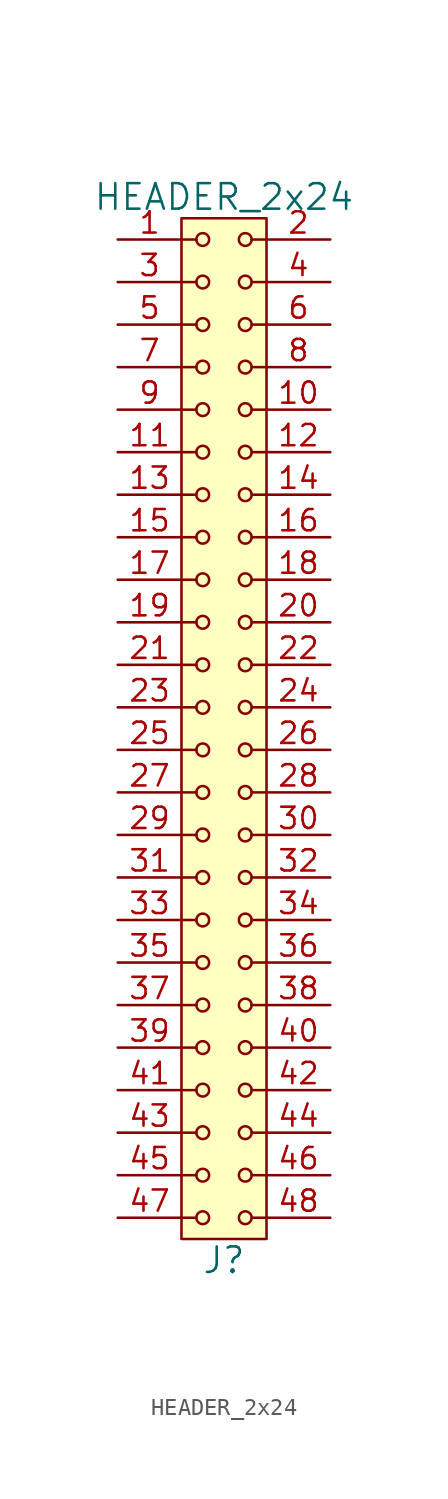
<source format=kicad_sym>
(kicad_symbol_lib
  (version 20211014)
  (generator kicad_symbol_editor)
  (symbol "HEADER_2x24"
    (pin_names
      (offset 1.016))
    (property "Reference" "J"
      (at 0 -31.75 0)
      (effects (font (size 1.524 1.524))))
    (property "Value" "HEADER_2x24"
      (at 0 31.75 0)
      (effects (font (size 1.524 1.524))))
    (property "Footprint" ""
      (at 0 29.21 0)
      (effects (font (size 1.524 1.524))))
    (property "Datasheet" ""
      (at 0 29.21 0)
      (effects (font (size 1.524 1.524))))
    (symbol "HEADER_2x24_0_1"
      (rectangle (start -2.54 30.48) (end 2.54 -30.48) (stroke (width 0) (type default) (color 0 0 0 0)) (fill (type background)))
      (circle (center -1.27 -29.21) (radius 0.381) (stroke (width 0) (type default) (color 0 0 0 0)) (fill (type none)))
      (circle (center -1.27 -26.67) (radius 0.381) (stroke (width 0) (type default) (color 0 0 0 0)) (fill (type none)))
      (circle (center -1.27 -24.13) (radius 0.381) (stroke (width 0) (type default) (color 0 0 0 0)) (fill (type none)))
      (circle (center -1.27 -21.59) (radius 0.381) (stroke (width 0) (type default) (color 0 0 0 0)) (fill (type none)))
      (circle (center -1.27 -19.05) (radius 0.381) (stroke (width 0) (type default) (color 0 0 0 0)) (fill (type none)))
      (circle (center -1.27 -16.51) (radius 0.381) (stroke (width 0) (type default) (color 0 0 0 0)) (fill (type none)))
      (circle (center -1.27 -13.97) (radius 0.381) (stroke (width 0) (type default) (color 0 0 0 0)) (fill (type none)))
      (circle (center -1.27 -11.43) (radius 0.381) (stroke (width 0) (type default) (color 0 0 0 0)) (fill (type none)))
      (circle (center -1.27 -8.89) (radius 0.381) (stroke (width 0) (type default) (color 0 0 0 0)) (fill (type none)))
      (circle (center -1.27 -6.35) (radius 0.381) (stroke (width 0) (type default) (color 0 0 0 0)) (fill (type none)))
      (circle (center -1.27 -3.81) (radius 0.381) (stroke (width 0) (type default) (color 0 0 0 0)) (fill (type none)))
      (circle (center -1.27 -1.27) (radius 0.381) (stroke (width 0) (type default) (color 0 0 0 0)) (fill (type none)))
      (circle (center -1.27 1.27) (radius 0.381) (stroke (width 0) (type default) (color 0 0 0 0)) (fill (type none)))
      (circle (center -1.27 3.81) (radius 0.381) (stroke (width 0) (type default) (color 0 0 0 0)) (fill (type none)))
      (circle (center -1.27 6.35) (radius 0.381) (stroke (width 0) (type default) (color 0 0 0 0)) (fill (type none)))
      (circle (center -1.27 8.89) (radius 0.381) (stroke (width 0) (type default) (color 0 0 0 0)) (fill (type none)))
      (circle (center -1.27 11.43) (radius 0.381) (stroke (width 0) (type default) (color 0 0 0 0)) (fill (type none)))
      (circle (center -1.27 13.97) (radius 0.381) (stroke (width 0) (type default) (color 0 0 0 0)) (fill (type none)))
      (circle (center -1.27 16.51) (radius 0.381) (stroke (width 0) (type default) (color 0 0 0 0)) (fill (type none)))
      (circle (center -1.27 19.05) (radius 0.381) (stroke (width 0) (type default) (color 0 0 0 0)) (fill (type none)))
      (circle (center -1.27 21.59) (radius 0.381) (stroke (width 0) (type default) (color 0 0 0 0)) (fill (type none)))
      (circle (center -1.27 24.13) (radius 0.381) (stroke (width 0) (type default) (color 0 0 0 0)) (fill (type none)))
      (circle (center -1.27 26.67) (radius 0.381) (stroke (width 0) (type default) (color 0 0 0 0)) (fill (type none)))
      (circle (center -1.27 29.21) (radius 0.381) (stroke (width 0) (type default) (color 0 0 0 0)) (fill (type none)))
      (polyline (pts (xy -1.651 -29.21) (xy -2.54 -29.21)) (stroke (width 0) (type default) (color 0 0 0 0)) (fill (type none)))
      (polyline (pts (xy -1.651 -26.67) (xy -2.54 -26.67)) (stroke (width 0) (type default) (color 0 0 0 0)) (fill (type none)))
      (polyline (pts (xy -1.651 -24.13) (xy -2.54 -24.13)) (stroke (width 0) (type default) (color 0 0 0 0)) (fill (type none)))
      (polyline (pts (xy -1.651 -21.59) (xy -2.54 -21.59)) (stroke (width 0) (type default) (color 0 0 0 0)) (fill (type none)))
      (polyline (pts (xy -1.651 -19.05) (xy -2.54 -19.05)) (stroke (width 0) (type default) (color 0 0 0 0)) (fill (type none)))
      (polyline (pts (xy -1.651 -16.51) (xy -2.54 -16.51)) (stroke (width 0) (type default) (color 0 0 0 0)) (fill (type none)))
      (polyline (pts (xy -1.651 -13.97) (xy -2.54 -13.97)) (stroke (width 0) (type default) (color 0 0 0 0)) (fill (type none)))
      (polyline (pts (xy -1.651 -11.43) (xy -2.54 -11.43)) (stroke (width 0) (type default) (color 0 0 0 0)) (fill (type none)))
      (polyline (pts (xy -1.651 -8.89) (xy -2.54 -8.89)) (stroke (width 0) (type default) (color 0 0 0 0)) (fill (type none)))
      (polyline (pts (xy -1.651 -6.35) (xy -2.54 -6.35)) (stroke (width 0) (type default) (color 0 0 0 0)) (fill (type none)))
      (polyline (pts (xy -1.651 -3.81) (xy -2.54 -3.81)) (stroke (width 0) (type default) (color 0 0 0 0)) (fill (type none)))
      (polyline (pts (xy -1.651 -1.27) (xy -2.54 -1.27)) (stroke (width 0) (type default) (color 0 0 0 0)) (fill (type none)))
      (polyline (pts (xy -1.651 1.27) (xy -2.54 1.27)) (stroke (width 0) (type default) (color 0 0 0 0)) (fill (type none)))
      (polyline (pts (xy -1.651 3.81) (xy -2.54 3.81)) (stroke (width 0) (type default) (color 0 0 0 0)) (fill (type none)))
      (polyline (pts (xy -1.651 6.35) (xy -2.54 6.35)) (stroke (width 0) (type default) (color 0 0 0 0)) (fill (type none)))
      (polyline (pts (xy -1.651 8.89) (xy -2.54 8.89)) (stroke (width 0) (type default) (color 0 0 0 0)) (fill (type none)))
      (polyline (pts (xy -1.651 11.43) (xy -2.54 11.43)) (stroke (width 0) (type default) (color 0 0 0 0)) (fill (type none)))
      (polyline (pts (xy -1.651 13.97) (xy -2.54 13.97)) (stroke (width 0) (type default) (color 0 0 0 0)) (fill (type none)))
      (polyline (pts (xy -1.651 16.51) (xy -2.54 16.51)) (stroke (width 0) (type default) (color 0 0 0 0)) (fill (type none)))
      (polyline (pts (xy -1.651 19.05) (xy -2.54 19.05)) (stroke (width 0) (type default) (color 0 0 0 0)) (fill (type none)))
      (polyline (pts (xy -1.651 21.59) (xy -2.54 21.59)) (stroke (width 0) (type default) (color 0 0 0 0)) (fill (type none)))
      (polyline (pts (xy -1.651 24.13) (xy -2.54 24.13)) (stroke (width 0) (type default) (color 0 0 0 0)) (fill (type none)))
      (polyline (pts (xy -1.651 26.67) (xy -2.54 26.67)) (stroke (width 0) (type default) (color 0 0 0 0)) (fill (type none)))
      (polyline (pts (xy -1.651 29.21) (xy -2.54 29.21)) (stroke (width 0) (type default) (color 0 0 0 0)) (fill (type none)))
      (polyline (pts (xy 1.651 -29.21) (xy 2.54 -29.21)) (stroke (width 0) (type default) (color 0 0 0 0)) (fill (type none)))
      (polyline (pts (xy 1.651 -26.67) (xy 2.54 -26.67)) (stroke (width 0) (type default) (color 0 0 0 0)) (fill (type none)))
      (polyline (pts (xy 1.651 -24.13) (xy 2.54 -24.13)) (stroke (width 0) (type default) (color 0 0 0 0)) (fill (type none)))
      (polyline (pts (xy 1.651 -21.59) (xy 2.54 -21.59)) (stroke (width 0) (type default) (color 0 0 0 0)) (fill (type none)))
      (polyline (pts (xy 1.651 -19.05) (xy 2.54 -19.05)) (stroke (width 0) (type default) (color 0 0 0 0)) (fill (type none)))
      (polyline (pts (xy 1.651 -16.51) (xy 2.54 -16.51)) (stroke (width 0) (type default) (color 0 0 0 0)) (fill (type none)))
      (polyline (pts (xy 1.651 -13.97) (xy 2.54 -13.97)) (stroke (width 0) (type default) (color 0 0 0 0)) (fill (type none)))
      (polyline (pts (xy 1.651 -11.43) (xy 2.54 -11.43)) (stroke (width 0) (type default) (color 0 0 0 0)) (fill (type none)))
      (polyline (pts (xy 1.651 -8.89) (xy 2.54 -8.89)) (stroke (width 0) (type default) (color 0 0 0 0)) (fill (type none)))
      (polyline (pts (xy 1.651 -6.35) (xy 2.54 -6.35)) (stroke (width 0) (type default) (color 0 0 0 0)) (fill (type none)))
      (polyline (pts (xy 1.651 -3.81) (xy 2.54 -3.81)) (stroke (width 0) (type default) (color 0 0 0 0)) (fill (type none)))
      (polyline (pts (xy 1.651 -1.27) (xy 2.54 -1.27)) (stroke (width 0) (type default) (color 0 0 0 0)) (fill (type none)))
      (polyline (pts (xy 1.651 1.27) (xy 2.54 1.27)) (stroke (width 0) (type default) (color 0 0 0 0)) (fill (type none)))
      (polyline (pts (xy 1.651 3.81) (xy 2.54 3.81)) (stroke (width 0) (type default) (color 0 0 0 0)) (fill (type none)))
      (polyline (pts (xy 1.651 6.35) (xy 2.54 6.35)) (stroke (width 0) (type default) (color 0 0 0 0)) (fill (type none)))
      (polyline (pts (xy 1.651 8.89) (xy 2.54 8.89)) (stroke (width 0) (type default) (color 0 0 0 0)) (fill (type none)))
      (polyline (pts (xy 1.651 11.43) (xy 2.54 11.43)) (stroke (width 0) (type default) (color 0 0 0 0)) (fill (type none)))
      (polyline (pts (xy 1.651 13.97) (xy 2.54 13.97)) (stroke (width 0) (type default) (color 0 0 0 0)) (fill (type none)))
      (polyline (pts (xy 1.651 16.51) (xy 2.54 16.51)) (stroke (width 0) (type default) (color 0 0 0 0)) (fill (type none)))
      (polyline (pts (xy 1.651 19.05) (xy 2.54 19.05)) (stroke (width 0) (type default) (color 0 0 0 0)) (fill (type none)))
      (polyline (pts (xy 1.651 21.59) (xy 2.54 21.59)) (stroke (width 0) (type default) (color 0 0 0 0)) (fill (type none)))
      (polyline (pts (xy 1.651 24.13) (xy 2.54 24.13)) (stroke (width 0) (type default) (color 0 0 0 0)) (fill (type none)))
      (polyline (pts (xy 1.651 26.67) (xy 2.54 26.67)) (stroke (width 0) (type default) (color 0 0 0 0)) (fill (type none)))
      (polyline (pts (xy 1.651 29.21) (xy 2.54 29.21)) (stroke (width 0) (type default) (color 0 0 0 0)) (fill (type none)))
      (circle (center 1.27 -29.21) (radius 0.381) (stroke (width 0) (type default) (color 0 0 0 0)) (fill (type none)))
      (circle (center 1.27 -26.67) (radius 0.381) (stroke (width 0) (type default) (color 0 0 0 0)) (fill (type none)))
      (circle (center 1.27 -24.13) (radius 0.381) (stroke (width 0) (type default) (color 0 0 0 0)) (fill (type none)))
      (circle (center 1.27 -21.59) (radius 0.381) (stroke (width 0) (type default) (color 0 0 0 0)) (fill (type none)))
      (circle (center 1.27 -19.05) (radius 0.381) (stroke (width 0) (type default) (color 0 0 0 0)) (fill (type none)))
      (circle (center 1.27 -16.51) (radius 0.381) (stroke (width 0) (type default) (color 0 0 0 0)) (fill (type none)))
      (circle (center 1.27 -13.97) (radius 0.381) (stroke (width 0) (type default) (color 0 0 0 0)) (fill (type none)))
      (circle (center 1.27 -11.43) (radius 0.381) (stroke (width 0) (type default) (color 0 0 0 0)) (fill (type none)))
      (circle (center 1.27 -8.89) (radius 0.381) (stroke (width 0) (type default) (color 0 0 0 0)) (fill (type none)))
      (circle (center 1.27 -6.35) (radius 0.381) (stroke (width 0) (type default) (color 0 0 0 0)) (fill (type none)))
      (circle (center 1.27 -3.81) (radius 0.381) (stroke (width 0) (type default) (color 0 0 0 0)) (fill (type none)))
      (circle (center 1.27 -1.27) (radius 0.381) (stroke (width 0) (type default) (color 0 0 0 0)) (fill (type none)))
      (circle (center 1.27 1.27) (radius 0.381) (stroke (width 0) (type default) (color 0 0 0 0)) (fill (type none)))
      (circle (center 1.27 3.81) (radius 0.381) (stroke (width 0) (type default) (color 0 0 0 0)) (fill (type none)))
      (circle (center 1.27 6.35) (radius 0.381) (stroke (width 0) (type default) (color 0 0 0 0)) (fill (type none)))
      (circle (center 1.27 8.89) (radius 0.381) (stroke (width 0) (type default) (color 0 0 0 0)) (fill (type none)))
      (circle (center 1.27 11.43) (radius 0.381) (stroke (width 0) (type default) (color 0 0 0 0)) (fill (type none)))
      (circle (center 1.27 13.97) (radius 0.381) (stroke (width 0) (type default) (color 0 0 0 0)) (fill (type none)))
      (circle (center 1.27 16.51) (radius 0.381) (stroke (width 0) (type default) (color 0 0 0 0)) (fill (type none)))
      (circle (center 1.27 19.05) (radius 0.381) (stroke (width 0) (type default) (color 0 0 0 0)) (fill (type none)))
      (circle (center 1.27 21.59) (radius 0.381) (stroke (width 0) (type default) (color 0 0 0 0)) (fill (type none)))
      (circle (center 1.27 24.13) (radius 0.381) (stroke (width 0) (type default) (color 0 0 0 0)) (fill (type none)))
      (circle (center 1.27 26.67) (radius 0.381) (stroke (width 0) (type default) (color 0 0 0 0)) (fill (type none)))
      (circle (center 1.27 29.21) (radius 0.381) (stroke (width 0) (type default) (color 0 0 0 0)) (fill (type none))))
    (symbol "HEADER_2x24_1_1"
      (pin input line (at -6.35 29.21 0) (length 3.81) (name "~" (effects (font (size 1.27 1.27)))) (number "1" (effects (font (size 1.27 1.27)))))
      (pin input line (at 6.35 19.05 180) (length 3.81) (name "~" (effects (font (size 1.27 1.27)))) (number "10" (effects (font (size 1.27 1.27)))))
      (pin input line (at -6.35 16.51 0) (length 3.81) (name "~" (effects (font (size 1.27 1.27)))) (number "11" (effects (font (size 1.27 1.27)))))
      (pin input line (at 6.35 16.51 180) (length 3.81) (name "~" (effects (font (size 1.27 1.27)))) (number "12" (effects (font (size 1.27 1.27)))))
      (pin input line (at -6.35 13.97 0) (length 3.81) (name "~" (effects (font (size 1.27 1.27)))) (number "13" (effects (font (size 1.27 1.27)))))
      (pin input line (at 6.35 13.97 180) (length 3.81) (name "~" (effects (font (size 1.27 1.27)))) (number "14" (effects (font (size 1.27 1.27)))))
      (pin input line (at -6.35 11.43 0) (length 3.81) (name "~" (effects (font (size 1.27 1.27)))) (number "15" (effects (font (size 1.27 1.27)))))
      (pin input line (at 6.35 11.43 180) (length 3.81) (name "~" (effects (font (size 1.27 1.27)))) (number "16" (effects (font (size 1.27 1.27)))))
      (pin input line (at -6.35 8.89 0) (length 3.81) (name "~" (effects (font (size 1.27 1.27)))) (number "17" (effects (font (size 1.27 1.27)))))
      (pin input line (at 6.35 8.89 180) (length 3.81) (name "~" (effects (font (size 1.27 1.27)))) (number "18" (effects (font (size 1.27 1.27)))))
      (pin input line (at -6.35 6.35 0) (length 3.81) (name "~" (effects (font (size 1.27 1.27)))) (number "19" (effects (font (size 1.27 1.27)))))
      (pin input line (at 6.35 29.21 180) (length 3.81) (name "~" (effects (font (size 1.27 1.27)))) (number "2" (effects (font (size 1.27 1.27)))))
      (pin input line (at 6.35 6.35 180) (length 3.81) (name "~" (effects (font (size 1.27 1.27)))) (number "20" (effects (font (size 1.27 1.27)))))
      (pin input line (at -6.35 3.81 0) (length 3.81) (name "~" (effects (font (size 1.27 1.27)))) (number "21" (effects (font (size 1.27 1.27)))))
      (pin input line (at 6.35 3.81 180) (length 3.81) (name "~" (effects (font (size 1.27 1.27)))) (number "22" (effects (font (size 1.27 1.27)))))
      (pin input line (at -6.35 1.27 0) (length 3.81) (name "~" (effects (font (size 1.27 1.27)))) (number "23" (effects (font (size 1.27 1.27)))))
      (pin input line (at 6.35 1.27 180) (length 3.81) (name "~" (effects (font (size 1.27 1.27)))) (number "24" (effects (font (size 1.27 1.27)))))
      (pin input line (at -6.35 -1.27 0) (length 3.81) (name "~" (effects (font (size 1.27 1.27)))) (number "25" (effects (font (size 1.27 1.27)))))
      (pin input line (at 6.35 -1.27 180) (length 3.81) (name "~" (effects (font (size 1.27 1.27)))) (number "26" (effects (font (size 1.27 1.27)))))
      (pin input line (at -6.35 -3.81 0) (length 3.81) (name "~" (effects (font (size 1.27 1.27)))) (number "27" (effects (font (size 1.27 1.27)))))
      (pin input line (at 6.35 -3.81 180) (length 3.81) (name "~" (effects (font (size 1.27 1.27)))) (number "28" (effects (font (size 1.27 1.27)))))
      (pin input line (at -6.35 -6.35 0) (length 3.81) (name "~" (effects (font (size 1.27 1.27)))) (number "29" (effects (font (size 1.27 1.27)))))
      (pin input line (at -6.35 26.67 0) (length 3.81) (name "~" (effects (font (size 1.27 1.27)))) (number "3" (effects (font (size 1.27 1.27)))))
      (pin input line (at 6.35 -6.35 180) (length 3.81) (name "~" (effects (font (size 1.27 1.27)))) (number "30" (effects (font (size 1.27 1.27)))))
      (pin input line (at -6.35 -8.89 0) (length 3.81) (name "~" (effects (font (size 1.27 1.27)))) (number "31" (effects (font (size 1.27 1.27)))))
      (pin input line (at 6.35 -8.89 180) (length 3.81) (name "~" (effects (font (size 1.27 1.27)))) (number "32" (effects (font (size 1.27 1.27)))))
      (pin input line (at -6.35 -11.43 0) (length 3.81) (name "~" (effects (font (size 1.27 1.27)))) (number "33" (effects (font (size 1.27 1.27)))))
      (pin input line (at 6.35 -11.43 180) (length 3.81) (name "~" (effects (font (size 1.27 1.27)))) (number "34" (effects (font (size 1.27 1.27)))))
      (pin input line (at -6.35 -13.97 0) (length 3.81) (name "~" (effects (font (size 1.27 1.27)))) (number "35" (effects (font (size 1.27 1.27)))))
      (pin input line (at 6.35 -13.97 180) (length 3.81) (name "~" (effects (font (size 1.27 1.27)))) (number "36" (effects (font (size 1.27 1.27)))))
      (pin input line (at -6.35 -16.51 0) (length 3.81) (name "~" (effects (font (size 1.27 1.27)))) (number "37" (effects (font (size 1.27 1.27)))))
      (pin input line (at 6.35 -16.51 180) (length 3.81) (name "~" (effects (font (size 1.27 1.27)))) (number "38" (effects (font (size 1.27 1.27)))))
      (pin input line (at -6.35 -19.05 0) (length 3.81) (name "~" (effects (font (size 1.27 1.27)))) (number "39" (effects (font (size 1.27 1.27)))))
      (pin input line (at 6.35 26.67 180) (length 3.81) (name "~" (effects (font (size 1.27 1.27)))) (number "4" (effects (font (size 1.27 1.27)))))
      (pin input line (at 6.35 -19.05 180) (length 3.81) (name "~" (effects (font (size 1.27 1.27)))) (number "40" (effects (font (size 1.27 1.27)))))
      (pin input line (at -6.35 -21.59 0) (length 3.81) (name "~" (effects (font (size 1.27 1.27)))) (number "41" (effects (font (size 1.27 1.27)))))
      (pin input line (at 6.35 -21.59 180) (length 3.81) (name "~" (effects (font (size 1.27 1.27)))) (number "42" (effects (font (size 1.27 1.27)))))
      (pin input line (at -6.35 -24.13 0) (length 3.81) (name "~" (effects (font (size 1.27 1.27)))) (number "43" (effects (font (size 1.27 1.27)))))
      (pin input line (at 6.35 -24.13 180) (length 3.81) (name "~" (effects (font (size 1.27 1.27)))) (number "44" (effects (font (size 1.27 1.27)))))
      (pin input line (at -6.35 -26.67 0) (length 3.81) (name "~" (effects (font (size 1.27 1.27)))) (number "45" (effects (font (size 1.27 1.27)))))
      (pin input line (at 6.35 -26.67 180) (length 3.81) (name "~" (effects (font (size 1.27 1.27)))) (number "46" (effects (font (size 1.27 1.27)))))
      (pin input line (at -6.35 -29.21 0) (length 3.81) (name "~" (effects (font (size 1.27 1.27)))) (number "47" (effects (font (size 1.27 1.27)))))
      (pin input line (at 6.35 -29.21 180) (length 3.81) (name "~" (effects (font (size 1.27 1.27)))) (number "48" (effects (font (size 1.27 1.27)))))
      (pin input line (at -6.35 24.13 0) (length 3.81) (name "~" (effects (font (size 1.27 1.27)))) (number "5" (effects (font (size 1.27 1.27)))))
      (pin input line (at 6.35 24.13 180) (length 3.81) (name "~" (effects (font (size 1.27 1.27)))) (number "6" (effects (font (size 1.27 1.27)))))
      (pin input line (at -6.35 21.59 0) (length 3.81) (name "~" (effects (font (size 1.27 1.27)))) (number "7" (effects (font (size 1.27 1.27)))))
      (pin input line (at 6.35 21.59 180) (length 3.81) (name "~" (effects (font (size 1.27 1.27)))) (number "8" (effects (font (size 1.27 1.27)))))
      (pin input line (at -6.35 19.05 0) (length 3.81) (name "~" (effects (font (size 1.27 1.27)))) (number "9" (effects (font (size 1.27 1.27))))))))
</source>
